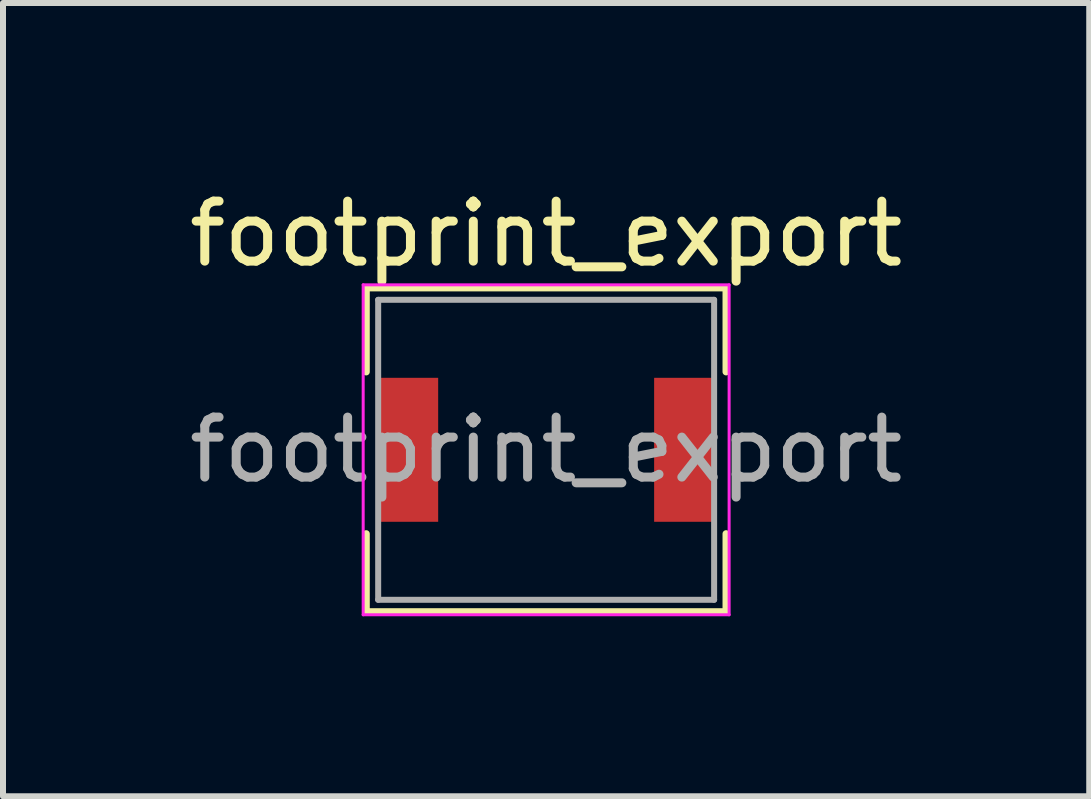
<source format=kicad_pcb>
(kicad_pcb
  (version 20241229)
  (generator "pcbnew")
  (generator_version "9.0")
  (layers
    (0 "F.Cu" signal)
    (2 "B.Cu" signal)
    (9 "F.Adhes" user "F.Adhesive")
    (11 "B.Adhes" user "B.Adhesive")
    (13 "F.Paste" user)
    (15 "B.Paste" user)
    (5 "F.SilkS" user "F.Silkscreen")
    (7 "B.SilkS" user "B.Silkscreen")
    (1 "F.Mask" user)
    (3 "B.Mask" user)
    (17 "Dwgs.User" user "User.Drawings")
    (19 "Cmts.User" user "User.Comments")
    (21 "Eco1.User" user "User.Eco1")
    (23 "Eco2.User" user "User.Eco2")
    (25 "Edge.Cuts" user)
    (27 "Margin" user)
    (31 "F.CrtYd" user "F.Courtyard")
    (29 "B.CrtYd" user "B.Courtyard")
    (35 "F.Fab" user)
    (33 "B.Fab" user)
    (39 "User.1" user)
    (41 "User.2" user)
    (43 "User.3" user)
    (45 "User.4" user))
  (footprint "footprint_export"
    (layer "F.Cu")
    (at 6.054 4.448)
    (property "Reference" "footprint_export" (at 0 -3.6 0) (layer "F.SilkS") (effects (font (size 1 1) (thickness 0.15))))
    (attr smd)
    (fp_line (start -3 -2.7) (end 3 -2.7) (stroke (width 0.12) (type solid)) (layer "F.SilkS"))
    (fp_line (start -3 -1.3) (end -3 -2.7) (stroke (width 0.12) (type solid)) (layer "F.SilkS"))
    (fp_line (start -3 2.7) (end -3 1.4) (stroke (width 0.12) (type solid)) (layer "F.SilkS"))
    (fp_line (start 3 -2.7) (end 3 -1.3) (stroke (width 0.12) (type solid)) (layer "F.SilkS"))
    (fp_line (start 3 1.4) (end 3 2.7) (stroke (width 0.12) (type solid)) (layer "F.SilkS"))
    (fp_line (start 3 2.7) (end -3 2.7) (stroke (width 0.12) (type solid)) (layer "F.SilkS"))
    (fp_line (start -3.05 -2.75) (end -3.05 2.75) (stroke (width 0.05) (type solid)) (layer "F.CrtYd"))
    (fp_line (start -3.05 -2.75) (end 3.05 -2.75) (stroke (width 0.05) (type solid)) (layer "F.CrtYd"))
    (fp_line (start 3.05 2.75) (end -3.05 2.75) (stroke (width 0.05) (type solid)) (layer "F.CrtYd"))
    (fp_line (start 3.05 2.75) (end 3.05 -2.75) (stroke (width 0.05) (type solid)) (layer "F.CrtYd"))
    (fp_line (start -2.8 -2.5) (end 2.8 -2.5) (stroke (width 0.1) (type solid)) (layer "F.Fab"))
    (fp_line (start -2.8 2.5) (end -2.8 -2.5) (stroke (width 0.1) (type solid)) (layer "F.Fab"))
    (fp_line (start 2.8 -2.5) (end 2.8 2.5) (stroke (width 0.1) (type solid)) (layer "F.Fab"))
    (fp_line (start 2.8 2.5) (end -2.8 2.5) (stroke (width 0.1) (type solid)) (layer "F.Fab"))
    (fp_text user "${REFERENCE}" (at 0 0 0) (layer "F.Fab") (effects (font (size 1 1) (thickness 0.15))))
    (pad "1" smd rect (at -2.3 0) (size 1 2.4) (layers "F.Cu" "F.Mask" "F.Paste"))
    (pad "2" smd rect (at 2.3 0) (size 1 2.4) (layers "F.Cu" "F.Mask" "F.Paste")))
  (gr_rect
    (start -3 -3)
    (end 15.107 10.223)
    (stroke (width 0.1) (type default))
    (fill no)
    (layer "Edge.Cuts")))
</source>
